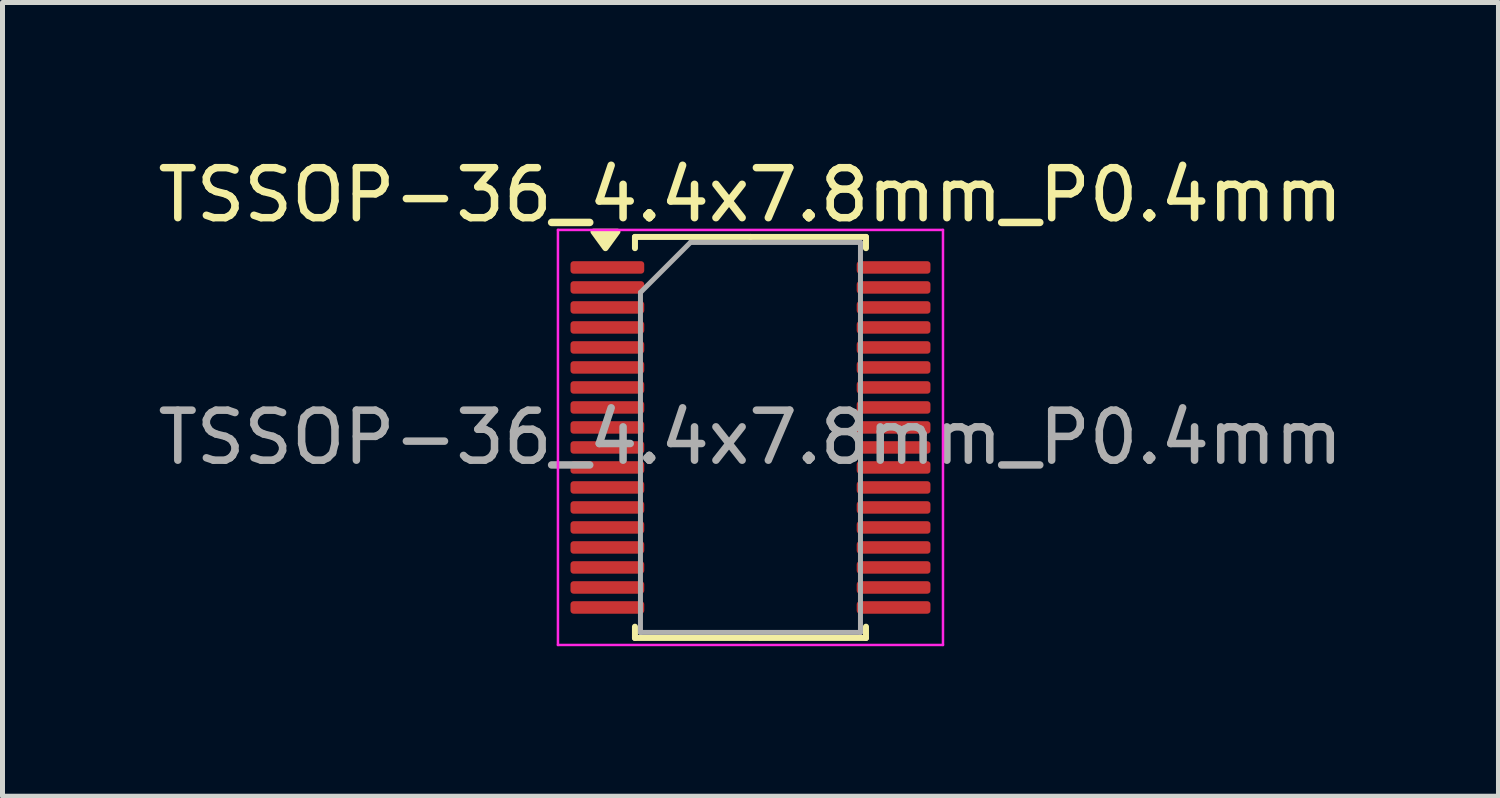
<source format=kicad_pcb>
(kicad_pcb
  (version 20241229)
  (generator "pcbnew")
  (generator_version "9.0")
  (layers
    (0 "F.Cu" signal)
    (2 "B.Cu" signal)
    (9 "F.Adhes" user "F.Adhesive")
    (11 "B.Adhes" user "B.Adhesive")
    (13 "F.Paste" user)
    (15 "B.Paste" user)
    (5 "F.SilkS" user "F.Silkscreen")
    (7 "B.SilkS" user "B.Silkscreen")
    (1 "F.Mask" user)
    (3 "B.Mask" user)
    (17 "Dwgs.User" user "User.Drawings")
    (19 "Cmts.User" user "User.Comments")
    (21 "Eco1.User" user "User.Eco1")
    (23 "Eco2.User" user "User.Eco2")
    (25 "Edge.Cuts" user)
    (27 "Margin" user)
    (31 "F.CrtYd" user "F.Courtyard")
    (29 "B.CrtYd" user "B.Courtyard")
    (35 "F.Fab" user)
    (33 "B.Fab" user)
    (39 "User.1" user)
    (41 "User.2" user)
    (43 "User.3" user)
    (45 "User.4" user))
  (footprint "TSSOP-36_4.4x7.8mm_P0.4mm"
    (layer "F.Cu")
    (at 11.958 5.698)
    (property "Reference" "TSSOP-36_4.4x7.8mm_P0.4mm" (at 0 -4.85 0) (layer "F.SilkS") (effects (font (size 1 1) (thickness 0.15))))
    (attr smd)
    (fp_line (start -2.31 -4.01) (end -2.31 -3.785) (stroke (width 0.12) (type solid)) (layer "F.SilkS"))
    (fp_line (start -2.31 4.01) (end -2.31 3.785) (stroke (width 0.12) (type solid)) (layer "F.SilkS"))
    (fp_line (start 0 -4.01) (end -2.31 -4.01) (stroke (width 0.12) (type solid)) (layer "F.SilkS"))
    (fp_line (start 0 -4.01) (end 2.31 -4.01) (stroke (width 0.12) (type solid)) (layer "F.SilkS"))
    (fp_line (start 0 4.01) (end -2.31 4.01) (stroke (width 0.12) (type solid)) (layer "F.SilkS"))
    (fp_line (start 0 4.01) (end 2.31 4.01) (stroke (width 0.12) (type solid)) (layer "F.SilkS"))
    (fp_line (start 2.31 -4.01) (end 2.31 -3.785) (stroke (width 0.12) (type solid)) (layer "F.SilkS"))
    (fp_line (start 2.31 4.01) (end 2.31 3.785) (stroke (width 0.12) (type solid)) (layer "F.SilkS"))
    (fp_poly (pts (xy -2.9 -3.785) (xy -3.14 -4.115) (xy -2.66 -4.115) (xy -2.9 -3.785)) (stroke (width 0.12) (type solid)) (fill yes) (layer "F.SilkS"))
    (fp_line (start -3.85 -4.15) (end -3.85 4.15) (stroke (width 0.05) (type solid)) (layer "F.CrtYd"))
    (fp_line (start -3.85 4.15) (end 3.85 4.15) (stroke (width 0.05) (type solid)) (layer "F.CrtYd"))
    (fp_line (start 3.85 -4.15) (end -3.85 -4.15) (stroke (width 0.05) (type solid)) (layer "F.CrtYd"))
    (fp_line (start 3.85 4.15) (end 3.85 -4.15) (stroke (width 0.05) (type solid)) (layer "F.CrtYd"))
    (fp_line (start -2.2 -2.9) (end -1.2 -3.9) (stroke (width 0.1) (type solid)) (layer "F.Fab"))
    (fp_line (start -2.2 3.9) (end -2.2 -2.9) (stroke (width 0.1) (type solid)) (layer "F.Fab"))
    (fp_line (start -1.2 -3.9) (end 2.2 -3.9) (stroke (width 0.1) (type solid)) (layer "F.Fab"))
    (fp_line (start 2.2 -3.9) (end 2.2 3.9) (stroke (width 0.1) (type solid)) (layer "F.Fab"))
    (fp_line (start 2.2 3.9) (end -2.2 3.9) (stroke (width 0.1) (type solid)) (layer "F.Fab"))
    (fp_text user "${REFERENCE}" (at 0 0 0) (layer "F.Fab") (effects (font (size 1 1) (thickness 0.15))))
    (pad "1" smd roundrect (at -2.862 -3.4) (size 1.475 0.25) (layers "F.Cu" "F.Mask" "F.Paste") (roundrect_rratio 0.25))
    (pad "2" smd roundrect (at -2.862 -3) (size 1.475 0.25) (layers "F.Cu" "F.Mask" "F.Paste") (roundrect_rratio 0.25))
    (pad "3" smd roundrect (at -2.862 -2.6) (size 1.475 0.25) (layers "F.Cu" "F.Mask" "F.Paste") (roundrect_rratio 0.25))
    (pad "4" smd roundrect (at -2.862 -2.2) (size 1.475 0.25) (layers "F.Cu" "F.Mask" "F.Paste") (roundrect_rratio 0.25))
    (pad "5" smd roundrect (at -2.862 -1.8) (size 1.475 0.25) (layers "F.Cu" "F.Mask" "F.Paste") (roundrect_rratio 0.25))
    (pad "6" smd roundrect (at -2.862 -1.4) (size 1.475 0.25) (layers "F.Cu" "F.Mask" "F.Paste") (roundrect_rratio 0.25))
    (pad "7" smd roundrect (at -2.862 -1) (size 1.475 0.25) (layers "F.Cu" "F.Mask" "F.Paste") (roundrect_rratio 0.25))
    (pad "8" smd roundrect (at -2.862 -0.6) (size 1.475 0.25) (layers "F.Cu" "F.Mask" "F.Paste") (roundrect_rratio 0.25))
    (pad "9" smd roundrect (at -2.862 -0.2) (size 1.475 0.25) (layers "F.Cu" "F.Mask" "F.Paste") (roundrect_rratio 0.25))
    (pad "10" smd roundrect (at -2.862 0.2) (size 1.475 0.25) (layers "F.Cu" "F.Mask" "F.Paste") (roundrect_rratio 0.25))
    (pad "11" smd roundrect (at -2.862 0.6) (size 1.475 0.25) (layers "F.Cu" "F.Mask" "F.Paste") (roundrect_rratio 0.25))
    (pad "12" smd roundrect (at -2.862 1) (size 1.475 0.25) (layers "F.Cu" "F.Mask" "F.Paste") (roundrect_rratio 0.25))
    (pad "13" smd roundrect (at -2.862 1.4) (size 1.475 0.25) (layers "F.Cu" "F.Mask" "F.Paste") (roundrect_rratio 0.25))
    (pad "14" smd roundrect (at -2.862 1.8) (size 1.475 0.25) (layers "F.Cu" "F.Mask" "F.Paste") (roundrect_rratio 0.25))
    (pad "15" smd roundrect (at -2.862 2.2) (size 1.475 0.25) (layers "F.Cu" "F.Mask" "F.Paste") (roundrect_rratio 0.25))
    (pad "16" smd roundrect (at -2.862 2.6) (size 1.475 0.25) (layers "F.Cu" "F.Mask" "F.Paste") (roundrect_rratio 0.25))
    (pad "17" smd roundrect (at -2.862 3) (size 1.475 0.25) (layers "F.Cu" "F.Mask" "F.Paste") (roundrect_rratio 0.25))
    (pad "18" smd roundrect (at -2.862 3.4) (size 1.475 0.25) (layers "F.Cu" "F.Mask" "F.Paste") (roundrect_rratio 0.25))
    (pad "19" smd roundrect (at 2.862 3.4) (size 1.475 0.25) (layers "F.Cu" "F.Mask" "F.Paste") (roundrect_rratio 0.25))
    (pad "20" smd roundrect (at 2.862 3) (size 1.475 0.25) (layers "F.Cu" "F.Mask" "F.Paste") (roundrect_rratio 0.25))
    (pad "21" smd roundrect (at 2.862 2.6) (size 1.475 0.25) (layers "F.Cu" "F.Mask" "F.Paste") (roundrect_rratio 0.25))
    (pad "22" smd roundrect (at 2.862 2.2) (size 1.475 0.25) (layers "F.Cu" "F.Mask" "F.Paste") (roundrect_rratio 0.25))
    (pad "23" smd roundrect (at 2.862 1.8) (size 1.475 0.25) (layers "F.Cu" "F.Mask" "F.Paste") (roundrect_rratio 0.25))
    (pad "24" smd roundrect (at 2.862 1.4) (size 1.475 0.25) (layers "F.Cu" "F.Mask" "F.Paste") (roundrect_rratio 0.25))
    (pad "25" smd roundrect (at 2.862 1) (size 1.475 0.25) (layers "F.Cu" "F.Mask" "F.Paste") (roundrect_rratio 0.25))
    (pad "26" smd roundrect (at 2.862 0.6) (size 1.475 0.25) (layers "F.Cu" "F.Mask" "F.Paste") (roundrect_rratio 0.25))
    (pad "27" smd roundrect (at 2.862 0.2) (size 1.475 0.25) (layers "F.Cu" "F.Mask" "F.Paste") (roundrect_rratio 0.25))
    (pad "28" smd roundrect (at 2.862 -0.2) (size 1.475 0.25) (layers "F.Cu" "F.Mask" "F.Paste") (roundrect_rratio 0.25))
    (pad "29" smd roundrect (at 2.862 -0.6) (size 1.475 0.25) (layers "F.Cu" "F.Mask" "F.Paste") (roundrect_rratio 0.25))
    (pad "30" smd roundrect (at 2.862 -1) (size 1.475 0.25) (layers "F.Cu" "F.Mask" "F.Paste") (roundrect_rratio 0.25))
    (pad "31" smd roundrect (at 2.862 -1.4) (size 1.475 0.25) (layers "F.Cu" "F.Mask" "F.Paste") (roundrect_rratio 0.25))
    (pad "32" smd roundrect (at 2.862 -1.8) (size 1.475 0.25) (layers "F.Cu" "F.Mask" "F.Paste") (roundrect_rratio 0.25))
    (pad "33" smd roundrect (at 2.862 -2.2) (size 1.475 0.25) (layers "F.Cu" "F.Mask" "F.Paste") (roundrect_rratio 0.25))
    (pad "34" smd roundrect (at 2.862 -2.6) (size 1.475 0.25) (layers "F.Cu" "F.Mask" "F.Paste") (roundrect_rratio 0.25))
    (pad "35" smd roundrect (at 2.862 -3) (size 1.475 0.25) (layers "F.Cu" "F.Mask" "F.Paste") (roundrect_rratio 0.25))
    (pad "36" smd roundrect (at 2.862 -3.4) (size 1.475 0.25) (layers "F.Cu" "F.Mask" "F.Paste") (roundrect_rratio 0.25)))
  (gr_rect
    (start -3 -3)
    (end 26.917 12.873)
    (stroke (width 0.1) (type default))
    (fill no)
    (layer "Edge.Cuts")))
</source>
